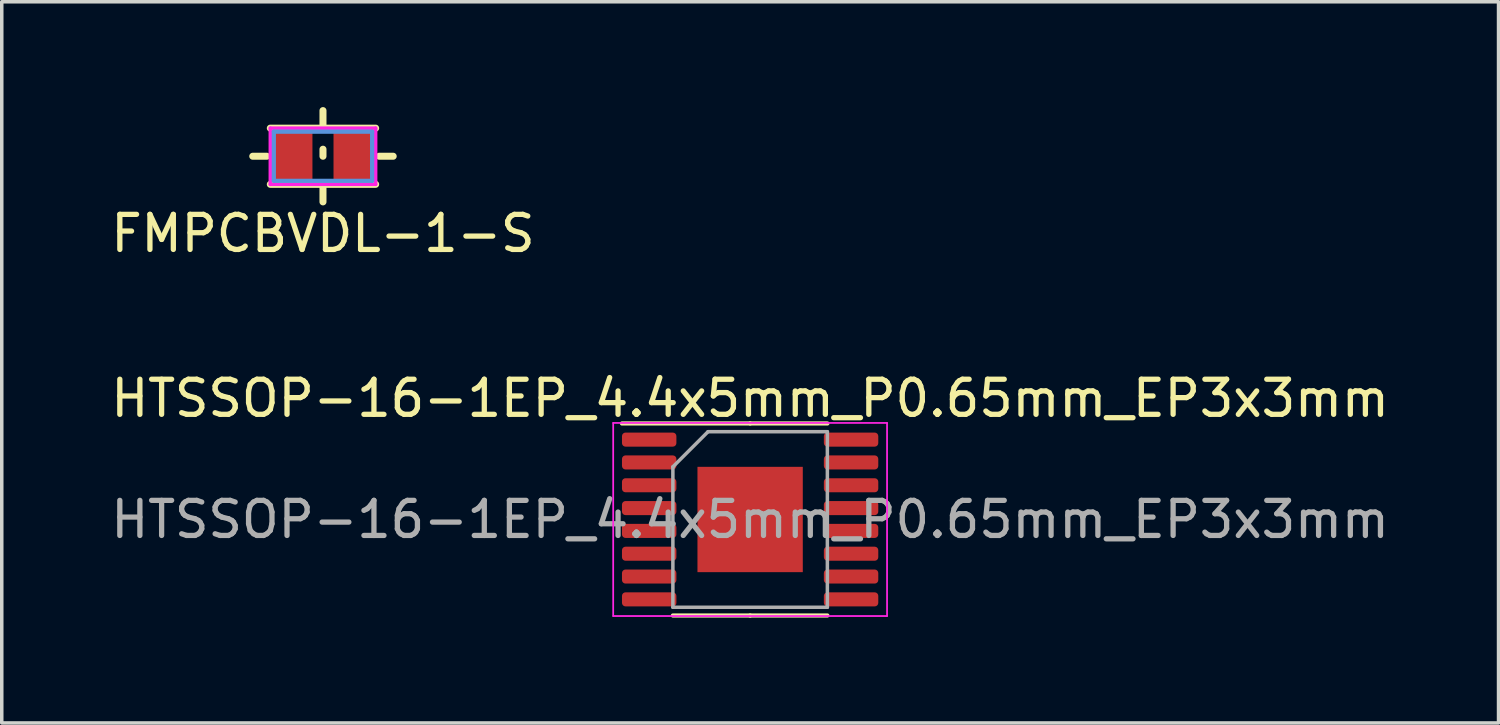
<source format=kicad_pcb>
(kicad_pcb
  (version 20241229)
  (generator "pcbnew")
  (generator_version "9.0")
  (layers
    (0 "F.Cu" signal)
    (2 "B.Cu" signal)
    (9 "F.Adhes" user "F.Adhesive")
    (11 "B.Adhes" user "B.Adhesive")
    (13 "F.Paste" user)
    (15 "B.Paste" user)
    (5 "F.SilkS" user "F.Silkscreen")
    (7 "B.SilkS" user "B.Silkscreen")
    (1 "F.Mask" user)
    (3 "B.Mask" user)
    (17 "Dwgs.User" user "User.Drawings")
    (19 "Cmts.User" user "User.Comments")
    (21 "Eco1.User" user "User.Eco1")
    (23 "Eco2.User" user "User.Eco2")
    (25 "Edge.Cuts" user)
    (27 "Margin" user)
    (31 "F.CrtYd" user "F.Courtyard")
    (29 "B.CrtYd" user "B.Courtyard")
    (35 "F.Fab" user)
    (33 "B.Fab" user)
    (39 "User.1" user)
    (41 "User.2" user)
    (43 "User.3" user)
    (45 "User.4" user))
  (footprint "FMPCBVDL-1-S"
    (layer "F.Cu")
    (at 6.149 1.4)
    (property "Reference" "FMPCBVDL-1-S" (at 0 2.2 0) (layer "F.SilkS") (effects (font (size 1 1) (thickness 0.15))))
    (attr smd)
    (fp_line (start -1.6 0) (end -2 0) (stroke (width 0.2) (type solid)) (layer "F.SilkS"))
    (fp_line (start -1.5 -0.8) (end 1.5 -0.8) (stroke (width 0.2) (type solid)) (layer "F.SilkS"))
    (fp_line (start -1.5 0.8) (end 1.5 0.8) (stroke (width 0.2) (type solid)) (layer "F.SilkS"))
    (fp_line (start 0 -0.8) (end 0 -1.3) (stroke (width 0.2) (type solid)) (layer "F.SilkS"))
    (fp_line (start 0 0) (end 0 -0.2) (stroke (width 0.2) (type solid)) (layer "F.SilkS"))
    (fp_line (start 0 0.8) (end 0 1.3) (stroke (width 0.2) (type solid)) (layer "F.SilkS"))
    (fp_line (start 1.6 0) (end 2 0) (stroke (width 0.2) (type solid)) (layer "F.SilkS"))
    (fp_line (start -1.4 -0.7) (end 1.4 -0.7) (stroke (width 0.12) (type solid)) (layer "Cmts.User"))
    (fp_line (start -1.4 0.7) (end -1.4 -0.7) (stroke (width 0.12) (type solid)) (layer "Cmts.User"))
    (fp_line (start 1.4 -0.7) (end 1.4 0.7) (stroke (width 0.12) (type solid)) (layer "Cmts.User"))
    (fp_line (start 1.4 0.7) (end -1.4 0.7) (stroke (width 0.12) (type solid)) (layer "Cmts.User"))
    (fp_line (start -1.5 -0.8) (end 1.5 -0.8) (stroke (width 0.1) (type solid)) (layer "F.CrtYd"))
    (fp_line (start -1.5 0.8) (end -1.5 -0.8) (stroke (width 0.1) (type solid)) (layer "F.CrtYd"))
    (fp_line (start 1.5 -0.8) (end 1.5 0.8) (stroke (width 0.1) (type solid)) (layer "F.CrtYd"))
    (fp_line (start 1.5 0.8) (end -1.5 0.8) (stroke (width 0.1) (type solid)) (layer "F.CrtYd"))
    (pad "1" smd rect (at -0.9 0) (size 1.2 1.4) (layers "F.Cu" "F.Mask" "F.Paste"))
    (pad "2" smd rect (at 0.9 0) (size 1.2 1.4) (layers "F.Cu" "F.Mask" "F.Paste")))
  (footprint "HTSSOP-16-1EP_4.4x5mm_P0.65mm_EP3x3mm"
    (layer "F.Cu")
    (at 18.315 11.746)
    (property "Reference" "HTSSOP-16-1EP_4.4x5mm_P0.65mm_EP3x3mm" (at 0 -3.45 0) (layer "F.SilkS") (effects (font (size 1 1) (thickness 0.15))))
    (attr smd)
    (fp_line (start 0 -2.735) (end -3.65 -2.735) (stroke (width 0.12) (type solid)) (layer "F.SilkS"))
    (fp_line (start 0 -2.735) (end 2.2 -2.735) (stroke (width 0.12) (type solid)) (layer "F.SilkS"))
    (fp_line (start 0 2.735) (end -2.2 2.735) (stroke (width 0.12) (type solid)) (layer "F.SilkS"))
    (fp_line (start 0 2.735) (end 2.2 2.735) (stroke (width 0.12) (type solid)) (layer "F.SilkS"))
    (fp_line (start -3.9 -2.75) (end -3.9 2.75) (stroke (width 0.05) (type solid)) (layer "F.CrtYd"))
    (fp_line (start -3.9 2.75) (end 3.9 2.75) (stroke (width 0.05) (type solid)) (layer "F.CrtYd"))
    (fp_line (start 3.9 -2.75) (end -3.9 -2.75) (stroke (width 0.05) (type solid)) (layer "F.CrtYd"))
    (fp_line (start 3.9 2.75) (end 3.9 -2.75) (stroke (width 0.05) (type solid)) (layer "F.CrtYd"))
    (fp_line (start -2.2 -1.5) (end -1.2 -2.5) (stroke (width 0.1) (type solid)) (layer "F.Fab"))
    (fp_line (start -2.2 2.5) (end -2.2 -1.5) (stroke (width 0.1) (type solid)) (layer "F.Fab"))
    (fp_line (start -1.2 -2.5) (end 2.2 -2.5) (stroke (width 0.1) (type solid)) (layer "F.Fab"))
    (fp_line (start 2.2 -2.5) (end 2.2 2.5) (stroke (width 0.1) (type solid)) (layer "F.Fab"))
    (fp_line (start 2.2 2.5) (end -2.2 2.5) (stroke (width 0.1) (type solid)) (layer "F.Fab"))
    (fp_text user "${REFERENCE}" (at 0 0 0) (layer "F.Fab") (effects (font (size 1 1) (thickness 0.15))))
    (pad "" smd roundrect (at -0.75 -0.75) (size 1.21 1.21) (layers "F.Paste") (roundrect_rratio 0.207))
    (pad "" smd roundrect (at -0.75 0.75) (size 1.21 1.21) (layers "F.Paste") (roundrect_rratio 0.207))
    (pad "" smd roundrect (at 0.75 -0.75) (size 1.21 1.21) (layers "F.Paste") (roundrect_rratio 0.207))
    (pad "" smd roundrect (at 0.75 0.75) (size 1.21 1.21) (layers "F.Paste") (roundrect_rratio 0.207))
    (pad "1" smd roundrect (at -2.875 -2.275) (size 1.55 0.4) (layers "F.Cu" "F.Mask" "F.Paste") (roundrect_rratio 0.25))
    (pad "2" smd roundrect (at -2.875 -1.625) (size 1.55 0.4) (layers "F.Cu" "F.Mask" "F.Paste") (roundrect_rratio 0.25))
    (pad "3" smd roundrect (at -2.875 -0.975) (size 1.55 0.4) (layers "F.Cu" "F.Mask" "F.Paste") (roundrect_rratio 0.25))
    (pad "4" smd roundrect (at -2.875 -0.325) (size 1.55 0.4) (layers "F.Cu" "F.Mask" "F.Paste") (roundrect_rratio 0.25))
    (pad "5" smd roundrect (at -2.875 0.325) (size 1.55 0.4) (layers "F.Cu" "F.Mask" "F.Paste") (roundrect_rratio 0.25))
    (pad "6" smd roundrect (at -2.875 0.975) (size 1.55 0.4) (layers "F.Cu" "F.Mask" "F.Paste") (roundrect_rratio 0.25))
    (pad "7" smd roundrect (at -2.875 1.625) (size 1.55 0.4) (layers "F.Cu" "F.Mask" "F.Paste") (roundrect_rratio 0.25))
    (pad "8" smd roundrect (at -2.875 2.275) (size 1.55 0.4) (layers "F.Cu" "F.Mask" "F.Paste") (roundrect_rratio 0.25))
    (pad "9" smd roundrect (at 2.875 2.275) (size 1.55 0.4) (layers "F.Cu" "F.Mask" "F.Paste") (roundrect_rratio 0.25))
    (pad "10" smd roundrect (at 2.875 1.625) (size 1.55 0.4) (layers "F.Cu" "F.Mask" "F.Paste") (roundrect_rratio 0.25))
    (pad "11" smd roundrect (at 2.875 0.975) (size 1.55 0.4) (layers "F.Cu" "F.Mask" "F.Paste") (roundrect_rratio 0.25))
    (pad "12" smd roundrect (at 2.875 0.325) (size 1.55 0.4) (layers "F.Cu" "F.Mask" "F.Paste") (roundrect_rratio 0.25))
    (pad "13" smd roundrect (at 2.875 -0.325) (size 1.55 0.4) (layers "F.Cu" "F.Mask" "F.Paste") (roundrect_rratio 0.25))
    (pad "14" smd roundrect (at 2.875 -0.975) (size 1.55 0.4) (layers "F.Cu" "F.Mask" "F.Paste") (roundrect_rratio 0.25))
    (pad "15" smd roundrect (at 2.875 -1.625) (size 1.55 0.4) (layers "F.Cu" "F.Mask" "F.Paste") (roundrect_rratio 0.25))
    (pad "16" smd roundrect (at 2.875 -2.275) (size 1.55 0.4) (layers "F.Cu" "F.Mask" "F.Paste") (roundrect_rratio 0.25))
    (pad "17" smd rect (at 0 0) (size 3 3) (layers "F.Cu" "F.Mask")))
  (gr_rect
    (start -3 -3)
    (end 39.631 17.541)
    (stroke (width 0.1) (type default))
    (fill no)
    (layer "Edge.Cuts")))
</source>
